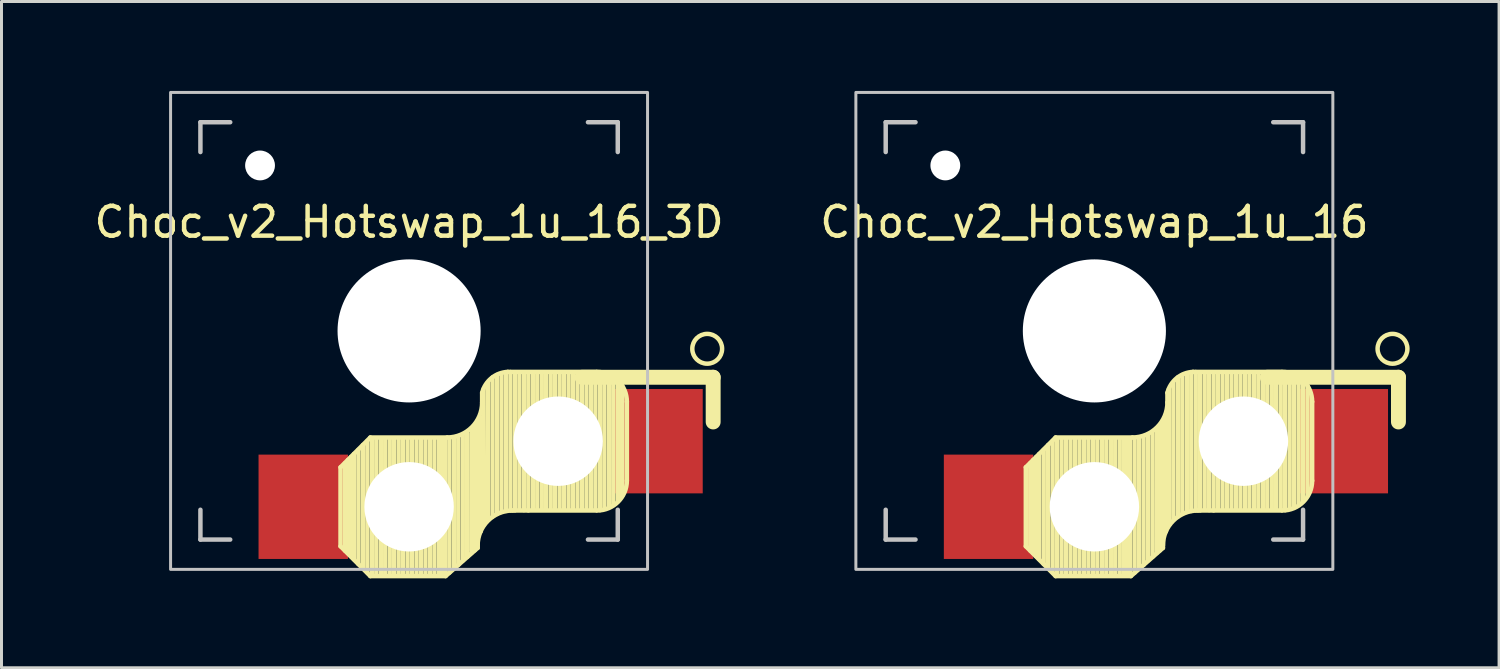
<source format=kicad_pcb>
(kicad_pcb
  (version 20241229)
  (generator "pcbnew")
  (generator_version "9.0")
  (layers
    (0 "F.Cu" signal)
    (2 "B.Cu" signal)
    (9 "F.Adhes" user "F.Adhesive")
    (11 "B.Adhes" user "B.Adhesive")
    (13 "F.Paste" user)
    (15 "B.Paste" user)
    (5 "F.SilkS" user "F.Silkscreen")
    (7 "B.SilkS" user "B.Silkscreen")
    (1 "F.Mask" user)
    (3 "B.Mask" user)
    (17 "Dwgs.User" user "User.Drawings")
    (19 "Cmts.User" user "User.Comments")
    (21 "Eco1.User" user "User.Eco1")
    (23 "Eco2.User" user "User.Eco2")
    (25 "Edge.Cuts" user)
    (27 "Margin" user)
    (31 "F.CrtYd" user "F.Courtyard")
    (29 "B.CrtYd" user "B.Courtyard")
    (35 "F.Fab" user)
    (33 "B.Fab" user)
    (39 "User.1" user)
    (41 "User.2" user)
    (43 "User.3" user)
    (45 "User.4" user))
  (footprint "Choc_v2_Hotswap_1u_16"
    (layer "F.Cu")
    (at 33.661 8.05)
    (property "Reference" "Choc_v2_Hotswap_1u_16" (at 0 -3.65 180) (layer "F.SilkS") (effects (font (size 1 1) (thickness 0.15))))
    (attr through_hole)
    (fp_line (start -2.3 7.225) (end -2.3 4.575) (stroke (width 0.15) (type solid)) (layer "F.SilkS"))
    (fp_line (start -2.15 4.44) (end -2.15 7.37) (stroke (width 0.15) (type solid)) (layer "F.SilkS"))
    (fp_line (start -2.05 4.33) (end -2.05 7.45) (stroke (width 0.15) (type solid)) (layer "F.SilkS"))
    (fp_line (start -1.95 4.23) (end -1.95 7.56) (stroke (width 0.15) (type solid)) (layer "F.SilkS"))
    (fp_line (start -1.85 4.13) (end -1.85 7.66) (stroke (width 0.15) (type solid)) (layer "F.SilkS"))
    (fp_line (start -1.7 3.99) (end -1.7 7.82) (stroke (width 0.15) (type solid)) (layer "F.SilkS"))
    (fp_line (start -1.55 3.83) (end -1.55 7.95) (stroke (width 0.15) (type solid)) (layer "F.SilkS"))
    (fp_line (start -1.4 3.7) (end -1.4 8.09) (stroke (width 0.15) (type solid)) (layer "F.SilkS"))
    (fp_line (start -1.3 3.575) (end -2.3 4.575) (stroke (width 0.15) (type solid)) (layer "F.SilkS"))
    (fp_line (start -1.3 8.225) (end -2.3 7.225) (stroke (width 0.15) (type solid)) (layer "F.SilkS"))
    (fp_line (start -1.25 3.6) (end -1.25 8.2) (stroke (width 0.15) (type solid)) (layer "F.SilkS"))
    (fp_line (start -1.1 3.6) (end -1.1 8.2) (stroke (width 0.15) (type solid)) (layer "F.SilkS"))
    (fp_line (start -0.95 3.6) (end -0.95 8.2) (stroke (width 0.15) (type solid)) (layer "F.SilkS"))
    (fp_line (start -0.8 3.6) (end -0.8 8.2) (stroke (width 0.15) (type solid)) (layer "F.SilkS"))
    (fp_line (start -0.65 3.6) (end -0.65 8.2) (stroke (width 0.15) (type solid)) (layer "F.SilkS"))
    (fp_line (start -0.5 3.6) (end -0.5 8.2) (stroke (width 0.15) (type solid)) (layer "F.SilkS"))
    (fp_line (start -0.35 3.6) (end -0.35 8.2) (stroke (width 0.15) (type solid)) (layer "F.SilkS"))
    (fp_line (start -0.2 3.6) (end -0.2 8.2) (stroke (width 0.15) (type solid)) (layer "F.SilkS"))
    (fp_line (start -0.05 3.6) (end -0.05 8.2) (stroke (width 0.15) (type solid)) (layer "F.SilkS"))
    (fp_line (start 0.1 3.6) (end 0.1 8.2) (stroke (width 0.15) (type solid)) (layer "F.SilkS"))
    (fp_line (start 0.25 3.6) (end 0.25 8.2) (stroke (width 0.15) (type solid)) (layer "F.SilkS"))
    (fp_line (start 0.4 3.6) (end 0.4 8.2) (stroke (width 0.15) (type solid)) (layer "F.SilkS"))
    (fp_line (start 0.55 3.6) (end 0.55 8.2) (stroke (width 0.15) (type solid)) (layer "F.SilkS"))
    (fp_line (start 0.7 3.6) (end 0.7 8.2) (stroke (width 0.15) (type solid)) (layer "F.SilkS"))
    (fp_line (start 0.85 3.6) (end 0.85 8.2) (stroke (width 0.15) (type solid)) (layer "F.SilkS"))
    (fp_line (start 1 3.6) (end 1 8.2) (stroke (width 0.15) (type solid)) (layer "F.SilkS"))
    (fp_line (start 1.11 3.6) (end 1.11 8.2) (stroke (width 0.15) (type solid)) (layer "F.SilkS"))
    (fp_line (start 1.2 3.6) (end 1.2 8.2) (stroke (width 0.15) (type solid)) (layer "F.SilkS"))
    (fp_line (start 1.225 8.225) (end -1.3 8.225) (stroke (width 0.15) (type solid)) (layer "F.SilkS"))
    (fp_line (start 1.225 8.225) (end 2.3 7.28) (stroke (width 0.15) (type solid)) (layer "F.SilkS"))
    (fp_line (start 1.275 3.575) (end -1.3 3.575) (stroke (width 0.15) (type solid)) (layer "F.SilkS"))
    (fp_line (start 1.35 3.65) (end 1.35 8.11) (stroke (width 0.15) (type solid)) (layer "F.SilkS"))
    (fp_line (start 1.5 3.6) (end 1.5 7.98) (stroke (width 0.15) (type solid)) (layer "F.SilkS"))
    (fp_line (start 1.65 3.55) (end 1.65 7.85) (stroke (width 0.15) (type solid)) (layer "F.SilkS"))
    (fp_line (start 1.8 3.5) (end 1.8 7.7) (stroke (width 0.15) (type solid)) (layer "F.SilkS"))
    (fp_line (start 1.95 3.4) (end 1.95 7.58) (stroke (width 0.15) (type solid)) (layer "F.SilkS"))
    (fp_line (start 2.1 3.35) (end 2.1 7.35) (stroke (width 0.15) (type solid)) (layer "F.SilkS"))
    (fp_line (start 2.1 3.45) (end 2.09 7.45) (stroke (width 0.15) (type solid)) (layer "F.SilkS"))
    (fp_line (start 2.2 3.25) (end 2.2 7.27) (stroke (width 0.15) (type solid)) (layer "F.SilkS"))
    (fp_line (start 2.2 3.4) (end 2.2 7.36) (stroke (width 0.15) (type solid)) (layer "F.SilkS"))
    (fp_line (start 2.3 3.05) (end 2.3 7.28) (stroke (width 0.15) (type solid)) (layer "F.SilkS"))
    (fp_line (start 2.4 2.9) (end 2.4 6.73) (stroke (width 0.15) (type solid)) (layer "F.SilkS"))
    (fp_line (start 2.45 2.077) (end 2.45 2.4) (stroke (width 0.15) (type default)) (layer "F.SilkS"))
    (fp_line (start 2.5 1.95) (end 2.51 6.5) (stroke (width 0.15) (type solid)) (layer "F.SilkS"))
    (fp_line (start 2.65 1.75) (end 2.65 6.32) (stroke (width 0.15) (type solid)) (layer "F.SilkS"))
    (fp_line (start 2.8 1.56) (end 2.8 6.23) (stroke (width 0.15) (type solid)) (layer "F.SilkS"))
    (fp_line (start 2.95 1.48) (end 2.95 6.14) (stroke (width 0.15) (type solid)) (layer "F.SilkS"))
    (fp_line (start 3.1 1.43) (end 3.1 6.07) (stroke (width 0.15) (type solid)) (layer "F.SilkS"))
    (fp_line (start 3.25 1.4) (end 3.25 6.04) (stroke (width 0.15) (type solid)) (layer "F.SilkS"))
    (fp_line (start 3.4 1.38) (end 3.4 6.02) (stroke (width 0.15) (type solid)) (layer "F.SilkS"))
    (fp_line (start 3.55 1.39) (end 3.55 6.02) (stroke (width 0.15) (type solid)) (layer "F.SilkS"))
    (fp_line (start 3.7 1.45) (end 3.7 6) (stroke (width 0.15) (type solid)) (layer "F.SilkS"))
    (fp_line (start 3.85 1.4) (end 3.85 6.01) (stroke (width 0.15) (type solid)) (layer "F.SilkS"))
    (fp_line (start 4 1.4) (end 4 6.02) (stroke (width 0.15) (type solid)) (layer "F.SilkS"))
    (fp_line (start 4.15 1.45) (end 4.15 6) (stroke (width 0.15) (type solid)) (layer "F.SilkS"))
    (fp_line (start 4.3 1.4) (end 4.3 6) (stroke (width 0.15) (type solid)) (layer "F.SilkS"))
    (fp_line (start 4.45 1.4) (end 4.45 6) (stroke (width 0.15) (type solid)) (layer "F.SilkS"))
    (fp_line (start 4.6 1.4) (end 4.6 6) (stroke (width 0.15) (type solid)) (layer "F.SilkS"))
    (fp_line (start 4.75 1.4) (end 4.75 6) (stroke (width 0.15) (type solid)) (layer "F.SilkS"))
    (fp_line (start 4.9 1.4) (end 4.9 6) (stroke (width 0.15) (type solid)) (layer "F.SilkS"))
    (fp_line (start 5.05 1.4) (end 5.05 6) (stroke (width 0.15) (type solid)) (layer "F.SilkS"))
    (fp_line (start 5.2 1.4) (end 5.2 6) (stroke (width 0.15) (type solid)) (layer "F.SilkS"))
    (fp_line (start 5.35 1.4) (end 5.35 6) (stroke (width 0.15) (type solid)) (layer "F.SilkS"))
    (fp_line (start 5.5 1.4) (end 5.5 6) (stroke (width 0.15) (type solid)) (layer "F.SilkS"))
    (fp_line (start 5.65 1.4) (end 5.65 6) (stroke (width 0.15) (type solid)) (layer "F.SilkS"))
    (fp_line (start 5.8 1.4) (end 5.8 6) (stroke (width 0.15) (type solid)) (layer "F.SilkS"))
    (fp_line (start 5.95 1.4) (end 5.95 6) (stroke (width 0.15) (type solid)) (layer "F.SilkS"))
    (fp_line (start 6.1 1.4) (end 6.1 6) (stroke (width 0.15) (type solid)) (layer "F.SilkS"))
    (fp_line (start 6.25 1.4) (end 6.25 6) (stroke (width 0.15) (type solid)) (layer "F.SilkS"))
    (fp_line (start 6.275 1.375) (end 3.311 1.375) (stroke (width 0.15) (type solid)) (layer "F.SilkS"))
    (fp_line (start 6.275 6.025) (end 3.475 6.025) (stroke (width 0.15) (type solid)) (layer "F.SilkS"))
    (fp_line (start 6.4 1.5) (end 6.4 6.01) (stroke (width 0.15) (type solid)) (layer "F.SilkS"))
    (fp_line (start 6.55 1.65) (end 6.55 5.97) (stroke (width 0.15) (type solid)) (layer "F.SilkS"))
    (fp_line (start 6.7 1.8) (end 6.7 5.92) (stroke (width 0.15) (type solid)) (layer "F.SilkS"))
    (fp_line (start 6.85 1.7) (end 6.85 5.84) (stroke (width 0.15) (type solid)) (layer "F.SilkS"))
    (fp_line (start 7 1.73) (end 7 5.7) (stroke (width 0.15) (type solid)) (layer "F.SilkS"))
    (fp_line (start 7.15 1.85) (end 7.15 5.53) (stroke (width 0.15) (type solid)) (layer "F.SilkS"))
    (fp_line (start 7.305 5.025) (end 7.305 2.375) (stroke (width 0.15) (type solid)) (layer "F.SilkS"))
    (fp_line (start 10.2 1.555) (end 5.8 1.555) (stroke (width 0.5) (type default)) (layer "F.SilkS"))
    (fp_line (start 10.2 3.055) (end 10.2 1.555) (stroke (width 0.5) (type default)) (layer "F.SilkS"))
    (fp_arc (start 2.3 7.2) (mid 2.64415 6.36915) (end 3.475 6.025) (stroke (width 0.15) (type solid)) (layer "F.SilkS"))
    (fp_arc (start 2.45 2.076887) (mid 2.763915 1.58277) (end 3.311204 1.375) (stroke (width 0.15) (type solid)) (layer "F.SilkS"))
    (fp_arc (start 2.45 2.4) (mid 2.10585 3.23085) (end 1.275 3.575) (stroke (width 0.15) (type solid)) (layer "F.SilkS"))
    (fp_arc (start 6.305 1.375) (mid 7.012107 1.667893) (end 7.305 2.375) (stroke (width 0.15) (type solid)) (layer "F.SilkS"))
    (fp_arc (start 7.305 5.025) (mid 7.012107 5.732107) (end 6.305 6.025) (stroke (width 0.15) (type solid)) (layer "F.SilkS"))
    (fp_circle (center 10 0.6) (end 9.5 0.6) (stroke (width 0.15) (type default)) (fill no) (layer "F.SilkS"))
    (fp_line (start -7 -7) (end -7 -6) (stroke (width 0.15) (type solid)) (layer "Dwgs.User"))
    (fp_line (start -7 6) (end -7 7) (stroke (width 0.15) (type solid)) (layer "Dwgs.User"))
    (fp_line (start -7 7) (end -6 7) (stroke (width 0.15) (type solid)) (layer "Dwgs.User"))
    (fp_line (start -6 -7) (end -7 -7) (stroke (width 0.15) (type solid)) (layer "Dwgs.User"))
    (fp_line (start 6 -7) (end 7 -7) (stroke (width 0.15) (type solid)) (layer "Dwgs.User"))
    (fp_line (start 7 -7) (end 7 -6) (stroke (width 0.15) (type solid)) (layer "Dwgs.User"))
    (fp_line (start 7 6) (end 7 7) (stroke (width 0.15) (type solid)) (layer "Dwgs.User"))
    (fp_line (start 7 7) (end 6 7) (stroke (width 0.15) (type solid)) (layer "Dwgs.User"))
    (fp_rect (start -8.001 -8) (end 7.999 8) (stroke (width 0.1) (type default)) (fill no) (layer "Dwgs.User"))
    (pad "" np_thru_hole circle (at -5 -5.55) (size 1 1) (drill oval 1) (layers "*.Cu" "*.Mask"))
    (pad "" np_thru_hole circle (at 0 0 270) (size 4.8 4.8) (drill 4.8) (layers "*.Cu" "*.Mask"))
    (pad "" np_thru_hole circle (at 0 5.9 270) (size 3 3) (drill 3) (layers "*.Cu" "*.Mask"))
    (pad "" np_thru_hole circle (at 5 3.7 270) (size 3 3) (drill 3) (layers "*.Cu" "*.Mask"))
    (pad "1" smd rect (at 8.35 3.7 180) (size 3 3.5) (layers "F.Cu" "F.Mask" "F.Paste"))
    (pad "2" smd rect (at -3.55 5.9 180) (size 3 3.5) (layers "F.Cu" "F.Mask" "F.Paste")))
  (footprint "Choc_v2_Hotswap_1u_16_3D"
    (layer "F.Cu")
    (at 10.673 8.05)
    (property "Reference" "Choc_v2_Hotswap_1u_16_3D" (at 0 -3.65 180) (layer "F.SilkS") (effects (font (size 1 1) (thickness 0.15))))
    (attr through_hole)
    (fp_line (start -2.3 7.225) (end -2.3 4.575) (stroke (width 0.15) (type solid)) (layer "F.SilkS"))
    (fp_line (start -2.15 4.44) (end -2.15 7.37) (stroke (width 0.15) (type solid)) (layer "F.SilkS"))
    (fp_line (start -2.05 4.33) (end -2.05 7.45) (stroke (width 0.15) (type solid)) (layer "F.SilkS"))
    (fp_line (start -1.95 4.23) (end -1.95 7.56) (stroke (width 0.15) (type solid)) (layer "F.SilkS"))
    (fp_line (start -1.85 4.13) (end -1.85 7.66) (stroke (width 0.15) (type solid)) (layer "F.SilkS"))
    (fp_line (start -1.7 3.99) (end -1.7 7.82) (stroke (width 0.15) (type solid)) (layer "F.SilkS"))
    (fp_line (start -1.55 3.83) (end -1.55 7.95) (stroke (width 0.15) (type solid)) (layer "F.SilkS"))
    (fp_line (start -1.4 3.7) (end -1.4 8.09) (stroke (width 0.15) (type solid)) (layer "F.SilkS"))
    (fp_line (start -1.3 3.575) (end -2.3 4.575) (stroke (width 0.15) (type solid)) (layer "F.SilkS"))
    (fp_line (start -1.3 8.225) (end -2.3 7.225) (stroke (width 0.15) (type solid)) (layer "F.SilkS"))
    (fp_line (start -1.25 3.6) (end -1.25 8.2) (stroke (width 0.15) (type solid)) (layer "F.SilkS"))
    (fp_line (start -1.1 3.6) (end -1.1 8.2) (stroke (width 0.15) (type solid)) (layer "F.SilkS"))
    (fp_line (start -0.95 3.6) (end -0.95 8.2) (stroke (width 0.15) (type solid)) (layer "F.SilkS"))
    (fp_line (start -0.8 3.6) (end -0.8 8.2) (stroke (width 0.15) (type solid)) (layer "F.SilkS"))
    (fp_line (start -0.65 3.6) (end -0.65 8.2) (stroke (width 0.15) (type solid)) (layer "F.SilkS"))
    (fp_line (start -0.5 3.6) (end -0.5 8.2) (stroke (width 0.15) (type solid)) (layer "F.SilkS"))
    (fp_line (start -0.35 3.6) (end -0.35 8.2) (stroke (width 0.15) (type solid)) (layer "F.SilkS"))
    (fp_line (start -0.2 3.6) (end -0.2 8.2) (stroke (width 0.15) (type solid)) (layer "F.SilkS"))
    (fp_line (start -0.05 3.6) (end -0.05 8.2) (stroke (width 0.15) (type solid)) (layer "F.SilkS"))
    (fp_line (start 0.1 3.6) (end 0.1 8.2) (stroke (width 0.15) (type solid)) (layer "F.SilkS"))
    (fp_line (start 0.25 3.6) (end 0.25 8.2) (stroke (width 0.15) (type solid)) (layer "F.SilkS"))
    (fp_line (start 0.4 3.6) (end 0.4 8.2) (stroke (width 0.15) (type solid)) (layer "F.SilkS"))
    (fp_line (start 0.55 3.6) (end 0.55 8.2) (stroke (width 0.15) (type solid)) (layer "F.SilkS"))
    (fp_line (start 0.7 3.6) (end 0.7 8.2) (stroke (width 0.15) (type solid)) (layer "F.SilkS"))
    (fp_line (start 0.85 3.6) (end 0.85 8.2) (stroke (width 0.15) (type solid)) (layer "F.SilkS"))
    (fp_line (start 1 3.6) (end 1 8.2) (stroke (width 0.15) (type solid)) (layer "F.SilkS"))
    (fp_line (start 1.11 3.6) (end 1.11 8.2) (stroke (width 0.15) (type solid)) (layer "F.SilkS"))
    (fp_line (start 1.2 3.6) (end 1.2 8.2) (stroke (width 0.15) (type solid)) (layer "F.SilkS"))
    (fp_line (start 1.225 8.225) (end -1.3 8.225) (stroke (width 0.15) (type solid)) (layer "F.SilkS"))
    (fp_line (start 1.225 8.225) (end 2.3 7.28) (stroke (width 0.15) (type solid)) (layer "F.SilkS"))
    (fp_line (start 1.275 3.575) (end -1.3 3.575) (stroke (width 0.15) (type solid)) (layer "F.SilkS"))
    (fp_line (start 1.35 3.65) (end 1.35 8.11) (stroke (width 0.15) (type solid)) (layer "F.SilkS"))
    (fp_line (start 1.5 3.6) (end 1.5 7.98) (stroke (width 0.15) (type solid)) (layer "F.SilkS"))
    (fp_line (start 1.65 3.55) (end 1.65 7.85) (stroke (width 0.15) (type solid)) (layer "F.SilkS"))
    (fp_line (start 1.8 3.5) (end 1.8 7.7) (stroke (width 0.15) (type solid)) (layer "F.SilkS"))
    (fp_line (start 1.95 3.4) (end 1.95 7.58) (stroke (width 0.15) (type solid)) (layer "F.SilkS"))
    (fp_line (start 2.1 3.35) (end 2.1 7.35) (stroke (width 0.15) (type solid)) (layer "F.SilkS"))
    (fp_line (start 2.1 3.45) (end 2.09 7.45) (stroke (width 0.15) (type solid)) (layer "F.SilkS"))
    (fp_line (start 2.2 3.25) (end 2.2 7.27) (stroke (width 0.15) (type solid)) (layer "F.SilkS"))
    (fp_line (start 2.2 3.4) (end 2.2 7.36) (stroke (width 0.15) (type solid)) (layer "F.SilkS"))
    (fp_line (start 2.3 3.05) (end 2.3 7.28) (stroke (width 0.15) (type solid)) (layer "F.SilkS"))
    (fp_line (start 2.4 2.9) (end 2.4 6.73) (stroke (width 0.15) (type solid)) (layer "F.SilkS"))
    (fp_line (start 2.45 2.077) (end 2.45 2.4) (stroke (width 0.15) (type default)) (layer "F.SilkS"))
    (fp_line (start 2.5 1.95) (end 2.51 6.5) (stroke (width 0.15) (type solid)) (layer "F.SilkS"))
    (fp_line (start 2.65 1.75) (end 2.65 6.32) (stroke (width 0.15) (type solid)) (layer "F.SilkS"))
    (fp_line (start 2.8 1.56) (end 2.8 6.23) (stroke (width 0.15) (type solid)) (layer "F.SilkS"))
    (fp_line (start 2.95 1.48) (end 2.95 6.14) (stroke (width 0.15) (type solid)) (layer "F.SilkS"))
    (fp_line (start 3.1 1.43) (end 3.1 6.07) (stroke (width 0.15) (type solid)) (layer "F.SilkS"))
    (fp_line (start 3.25 1.4) (end 3.25 6.04) (stroke (width 0.15) (type solid)) (layer "F.SilkS"))
    (fp_line (start 3.4 1.38) (end 3.4 6.02) (stroke (width 0.15) (type solid)) (layer "F.SilkS"))
    (fp_line (start 3.55 1.39) (end 3.55 6.02) (stroke (width 0.15) (type solid)) (layer "F.SilkS"))
    (fp_line (start 3.7 1.45) (end 3.7 6) (stroke (width 0.15) (type solid)) (layer "F.SilkS"))
    (fp_line (start 3.85 1.4) (end 3.85 6.01) (stroke (width 0.15) (type solid)) (layer "F.SilkS"))
    (fp_line (start 4 1.4) (end 4 6.02) (stroke (width 0.15) (type solid)) (layer "F.SilkS"))
    (fp_line (start 4.15 1.45) (end 4.15 6) (stroke (width 0.15) (type solid)) (layer "F.SilkS"))
    (fp_line (start 4.3 1.4) (end 4.3 6) (stroke (width 0.15) (type solid)) (layer "F.SilkS"))
    (fp_line (start 4.45 1.4) (end 4.45 6) (stroke (width 0.15) (type solid)) (layer "F.SilkS"))
    (fp_line (start 4.6 1.4) (end 4.6 6) (stroke (width 0.15) (type solid)) (layer "F.SilkS"))
    (fp_line (start 4.75 1.4) (end 4.75 6) (stroke (width 0.15) (type solid)) (layer "F.SilkS"))
    (fp_line (start 4.9 1.4) (end 4.9 6) (stroke (width 0.15) (type solid)) (layer "F.SilkS"))
    (fp_line (start 5.05 1.4) (end 5.05 6) (stroke (width 0.15) (type solid)) (layer "F.SilkS"))
    (fp_line (start 5.2 1.4) (end 5.2 6) (stroke (width 0.15) (type solid)) (layer "F.SilkS"))
    (fp_line (start 5.35 1.4) (end 5.35 6) (stroke (width 0.15) (type solid)) (layer "F.SilkS"))
    (fp_line (start 5.5 1.4) (end 5.5 6) (stroke (width 0.15) (type solid)) (layer "F.SilkS"))
    (fp_line (start 5.65 1.4) (end 5.65 6) (stroke (width 0.15) (type solid)) (layer "F.SilkS"))
    (fp_line (start 5.8 1.4) (end 5.8 6) (stroke (width 0.15) (type solid)) (layer "F.SilkS"))
    (fp_line (start 5.95 1.4) (end 5.95 6) (stroke (width 0.15) (type solid)) (layer "F.SilkS"))
    (fp_line (start 6.1 1.4) (end 6.1 6) (stroke (width 0.15) (type solid)) (layer "F.SilkS"))
    (fp_line (start 6.25 1.4) (end 6.25 6) (stroke (width 0.15) (type solid)) (layer "F.SilkS"))
    (fp_line (start 6.275 1.375) (end 3.311 1.375) (stroke (width 0.15) (type solid)) (layer "F.SilkS"))
    (fp_line (start 6.275 6.025) (end 3.475 6.025) (stroke (width 0.15) (type solid)) (layer "F.SilkS"))
    (fp_line (start 6.4 1.5) (end 6.4 6.01) (stroke (width 0.15) (type solid)) (layer "F.SilkS"))
    (fp_line (start 6.55 1.65) (end 6.55 5.97) (stroke (width 0.15) (type solid)) (layer "F.SilkS"))
    (fp_line (start 6.7 1.8) (end 6.7 5.92) (stroke (width 0.15) (type solid)) (layer "F.SilkS"))
    (fp_line (start 6.85 1.7) (end 6.85 5.84) (stroke (width 0.15) (type solid)) (layer "F.SilkS"))
    (fp_line (start 7 1.73) (end 7 5.7) (stroke (width 0.15) (type solid)) (layer "F.SilkS"))
    (fp_line (start 7.15 1.85) (end 7.15 5.53) (stroke (width 0.15) (type solid)) (layer "F.SilkS"))
    (fp_line (start 7.305 5.025) (end 7.305 2.375) (stroke (width 0.15) (type solid)) (layer "F.SilkS"))
    (fp_line (start 10.2 1.555) (end 5.8 1.555) (stroke (width 0.5) (type default)) (layer "F.SilkS"))
    (fp_line (start 10.2 3.055) (end 10.2 1.555) (stroke (width 0.5) (type default)) (layer "F.SilkS"))
    (fp_arc (start 2.3 7.2) (mid 2.64415 6.36915) (end 3.475 6.025) (stroke (width 0.15) (type solid)) (layer "F.SilkS"))
    (fp_arc (start 2.45 2.076887) (mid 2.763915 1.58277) (end 3.311204 1.375) (stroke (width 0.15) (type solid)) (layer "F.SilkS"))
    (fp_arc (start 2.45 2.4) (mid 2.10585 3.23085) (end 1.275 3.575) (stroke (width 0.15) (type solid)) (layer "F.SilkS"))
    (fp_arc (start 6.305 1.375) (mid 7.012107 1.667893) (end 7.305 2.375) (stroke (width 0.15) (type solid)) (layer "F.SilkS"))
    (fp_arc (start 7.305 5.025) (mid 7.012107 5.732107) (end 6.305 6.025) (stroke (width 0.15) (type solid)) (layer "F.SilkS"))
    (fp_circle (center 10 0.6) (end 9.5 0.6) (stroke (width 0.15) (type default)) (fill no) (layer "F.SilkS"))
    (fp_line (start -7 -7) (end -7 -6) (stroke (width 0.15) (type solid)) (layer "Dwgs.User"))
    (fp_line (start -7 6) (end -7 7) (stroke (width 0.15) (type solid)) (layer "Dwgs.User"))
    (fp_line (start -7 7) (end -6 7) (stroke (width 0.15) (type solid)) (layer "Dwgs.User"))
    (fp_line (start -6 -7) (end -7 -7) (stroke (width 0.15) (type solid)) (layer "Dwgs.User"))
    (fp_line (start 6 -7) (end 7 -7) (stroke (width 0.15) (type solid)) (layer "Dwgs.User"))
    (fp_line (start 7 -7) (end 7 -6) (stroke (width 0.15) (type solid)) (layer "Dwgs.User"))
    (fp_line (start 7 6) (end 7 7) (stroke (width 0.15) (type solid)) (layer "Dwgs.User"))
    (fp_line (start 7 7) (end 6 7) (stroke (width 0.15) (type solid)) (layer "Dwgs.User"))
    (fp_rect (start -8.001 -8) (end 7.999 8) (stroke (width 0.1) (type default)) (fill no) (layer "Dwgs.User"))
    (pad "" np_thru_hole circle (at -5 -5.55) (size 1 1) (drill oval 1) (layers "*.Cu" "*.Mask"))
    (pad "" np_thru_hole circle (at 0 0 270) (size 4.8 4.8) (drill 4.8) (layers "*.Cu" "*.Mask"))
    (pad "" np_thru_hole circle (at 0 5.9 270) (size 3 3) (drill 3) (layers "*.Cu" "*.Mask"))
    (pad "" np_thru_hole circle (at 5 3.7 270) (size 3 3) (drill 3) (layers "*.Cu" "*.Mask"))
    (pad "1" smd rect (at 8.35 3.7 180) (size 3 3.5) (layers "F.Cu" "F.Mask" "F.Paste"))
    (pad "2" smd rect (at -3.55 5.9 180) (size 3 3.5) (layers "F.Cu" "F.Mask" "F.Paste")))
  (gr_rect
    (start -3 -3)
    (end 47.236 19.35)
    (stroke (width 0.1) (type default))
    (fill no)
    (layer "Edge.Cuts")))
</source>
